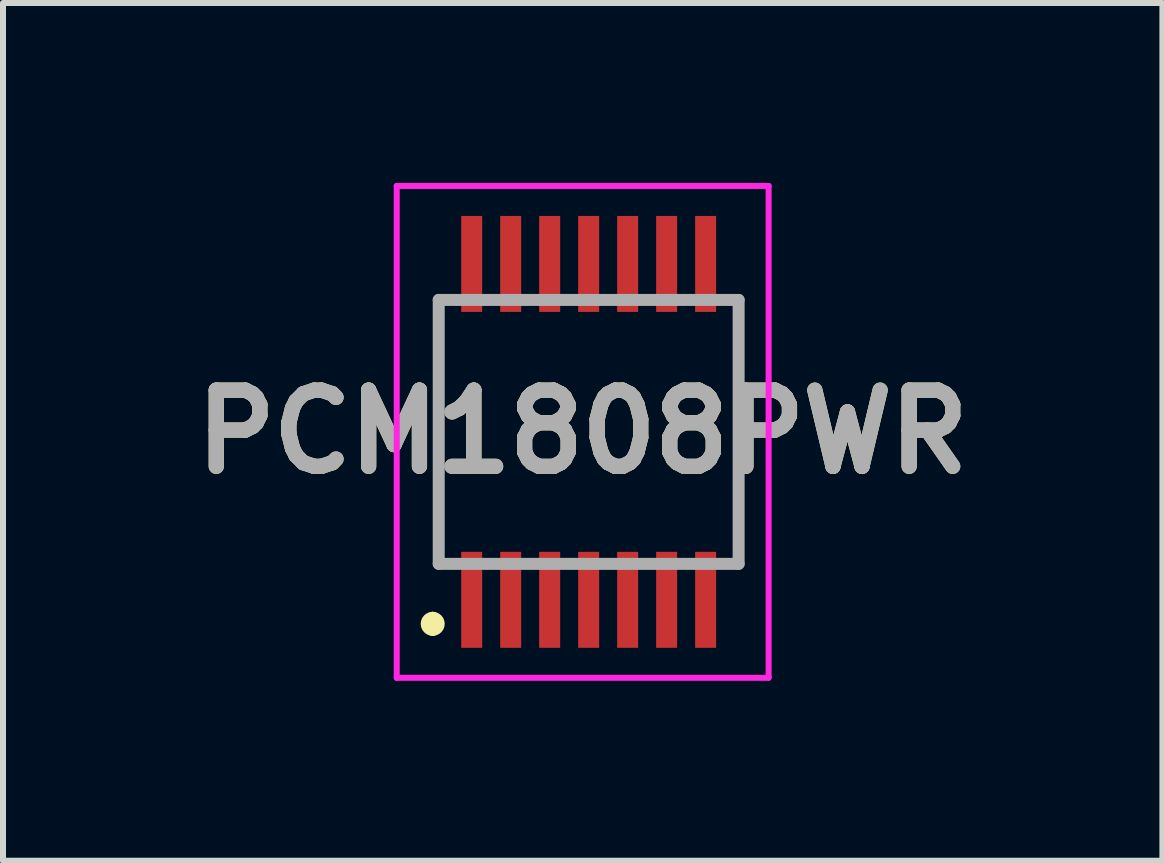
<source format=kicad_pcb>
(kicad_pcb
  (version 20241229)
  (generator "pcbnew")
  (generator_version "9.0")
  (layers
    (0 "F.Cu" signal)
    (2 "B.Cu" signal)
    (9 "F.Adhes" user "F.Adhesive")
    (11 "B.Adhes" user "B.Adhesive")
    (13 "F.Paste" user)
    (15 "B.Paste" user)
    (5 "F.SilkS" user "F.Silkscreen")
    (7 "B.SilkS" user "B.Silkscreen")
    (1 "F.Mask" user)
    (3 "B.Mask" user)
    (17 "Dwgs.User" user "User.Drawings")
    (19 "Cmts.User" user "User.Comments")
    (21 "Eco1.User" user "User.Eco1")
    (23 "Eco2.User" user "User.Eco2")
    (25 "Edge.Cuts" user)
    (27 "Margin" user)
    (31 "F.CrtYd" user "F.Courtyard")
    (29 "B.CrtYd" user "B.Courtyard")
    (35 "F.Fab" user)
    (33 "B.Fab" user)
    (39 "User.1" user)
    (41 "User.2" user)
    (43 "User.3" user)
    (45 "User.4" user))
  (footprint "PCM1808PWR"
    (layer "F.Cu")
    (at 6.764 4.15)
    (property "Reference" "PCM1808PWR" (at -0.1 0 0) (layer "F.SilkS") (effects (font (size 1.27 1.27) (thickness 0.254))))
    (attr smd)
    (fp_line (start -2.6 3.1) (end -2.6 3.1) (stroke (width 0.2) (type solid)) (layer "F.SilkS"))
    (fp_line (start -2.6 3.3) (end -2.6 3.3) (stroke (width 0.2) (type solid)) (layer "F.SilkS"))
    (fp_line (start -2.5 -1.5) (end -2.5 1.5) (stroke (width 0.1) (type solid)) (layer "F.SilkS"))
    (fp_line (start 2.5 -1.5) (end 2.5 1.5) (stroke (width 0.1) (type solid)) (layer "F.SilkS"))
    (fp_arc (start -2.6 3.1) (mid -2.5 3.2) (end -2.6 3.3) (stroke (width 0.2) (type solid)) (layer "F.SilkS"))
    (fp_arc (start -2.6 3.3) (mid -2.7 3.2) (end -2.6 3.1) (stroke (width 0.2) (type solid)) (layer "F.SilkS"))
    (fp_line (start -3.2 -4.1) (end 3 -4.1) (stroke (width 0.1) (type solid)) (layer "F.CrtYd"))
    (fp_line (start -3.2 4.1) (end -3.2 -4.1) (stroke (width 0.1) (type solid)) (layer "F.CrtYd"))
    (fp_line (start 3 -4.1) (end 3 4.1) (stroke (width 0.1) (type solid)) (layer "F.CrtYd"))
    (fp_line (start 3 4.1) (end -3.2 4.1) (stroke (width 0.1) (type solid)) (layer "F.CrtYd"))
    (fp_line (start -2.5 -2.2) (end 2.5 -2.2) (stroke (width 0.2) (type solid)) (layer "F.Fab"))
    (fp_line (start -2.5 2.2) (end -2.5 -2.2) (stroke (width 0.2) (type solid)) (layer "F.Fab"))
    (fp_line (start 2.5 -2.2) (end 2.5 2.2) (stroke (width 0.2) (type solid)) (layer "F.Fab"))
    (fp_line (start 2.5 2.2) (end -2.5 2.2) (stroke (width 0.2) (type solid)) (layer "F.Fab"))
    (fp_text user "${REFERENCE}" (at -0.1 0 0) (layer "F.Fab") (effects (font (size 1.27 1.27) (thickness 0.254))))
    (pad "1" smd rect (at -1.95 2.8) (size 0.35 1.6) (layers "F.Cu" "F.Mask" "F.Paste"))
    (pad "2" smd rect (at -1.3 2.8) (size 0.35 1.6) (layers "F.Cu" "F.Mask" "F.Paste"))
    (pad "3" smd rect (at -0.65 2.8) (size 0.35 1.6) (layers "F.Cu" "F.Mask" "F.Paste"))
    (pad "4" smd rect (at 0 2.8) (size 0.35 1.6) (layers "F.Cu" "F.Mask" "F.Paste"))
    (pad "5" smd rect (at 0.65 2.8) (size 0.35 1.6) (layers "F.Cu" "F.Mask" "F.Paste"))
    (pad "6" smd rect (at 1.3 2.8) (size 0.35 1.6) (layers "F.Cu" "F.Mask" "F.Paste"))
    (pad "7" smd rect (at 1.95 2.8) (size 0.35 1.6) (layers "F.Cu" "F.Mask" "F.Paste"))
    (pad "8" smd rect (at 1.95 -2.8) (size 0.35 1.6) (layers "F.Cu" "F.Mask" "F.Paste"))
    (pad "9" smd rect (at 1.3 -2.8) (size 0.35 1.6) (layers "F.Cu" "F.Mask" "F.Paste"))
    (pad "10" smd rect (at 0.65 -2.8) (size 0.35 1.6) (layers "F.Cu" "F.Mask" "F.Paste"))
    (pad "11" smd rect (at 0 -2.8) (size 0.35 1.6) (layers "F.Cu" "F.Mask" "F.Paste"))
    (pad "12" smd rect (at -0.65 -2.8) (size 0.35 1.6) (layers "F.Cu" "F.Mask" "F.Paste"))
    (pad "13" smd rect (at -1.3 -2.8) (size 0.35 1.6) (layers "F.Cu" "F.Mask" "F.Paste"))
    (pad "14" smd rect (at -1.95 -2.8) (size 0.35 1.6) (layers "F.Cu" "F.Mask" "F.Paste")))
  (gr_rect
    (start -3 -3)
    (end 16.329 11.3)
    (stroke (width 0.1) (type default))
    (fill no)
    (layer "Edge.Cuts")))
</source>
